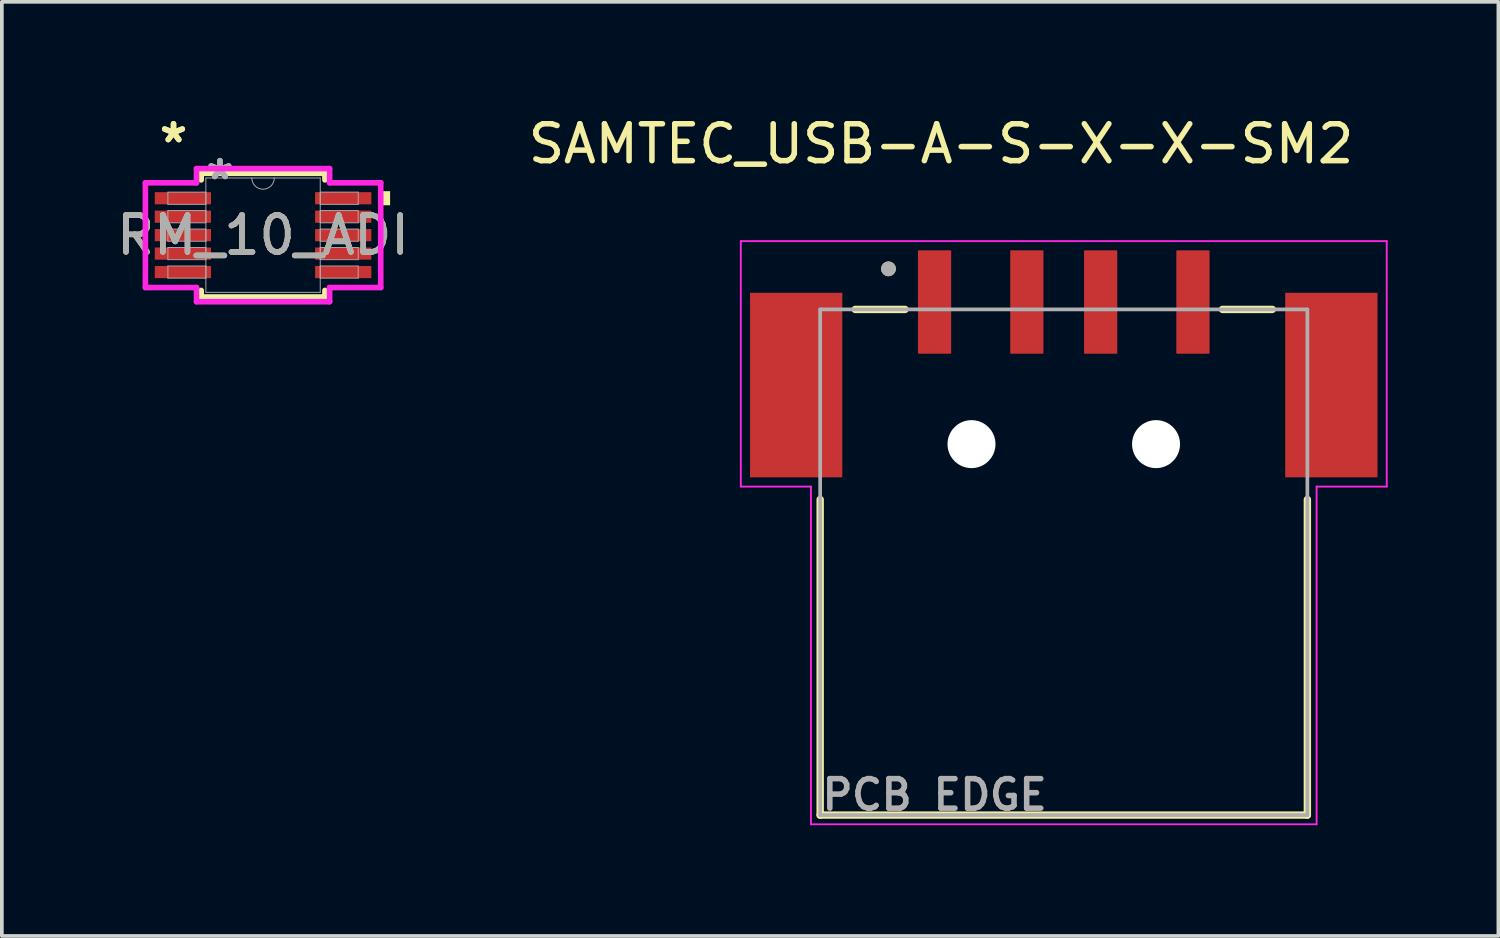
<source format=kicad_pcb>
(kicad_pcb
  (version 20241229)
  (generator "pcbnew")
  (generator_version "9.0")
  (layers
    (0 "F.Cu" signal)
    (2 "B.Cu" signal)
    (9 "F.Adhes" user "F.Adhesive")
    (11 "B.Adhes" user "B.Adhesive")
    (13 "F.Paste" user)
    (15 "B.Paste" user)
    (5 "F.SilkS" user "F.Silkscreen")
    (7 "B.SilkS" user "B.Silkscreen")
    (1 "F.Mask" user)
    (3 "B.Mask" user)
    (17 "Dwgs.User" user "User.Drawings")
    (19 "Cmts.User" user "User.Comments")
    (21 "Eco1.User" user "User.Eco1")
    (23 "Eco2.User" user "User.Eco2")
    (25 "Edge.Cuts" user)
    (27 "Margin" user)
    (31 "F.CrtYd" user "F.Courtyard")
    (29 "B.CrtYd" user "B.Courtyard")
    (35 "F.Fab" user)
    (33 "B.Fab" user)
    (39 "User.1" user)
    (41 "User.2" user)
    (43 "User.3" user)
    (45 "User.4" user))
  (footprint "RM_10_ADI"
    (layer "F.Cu")
    (at 4.077 3.321)
    (property "Reference" "RM_10_ADI" (at 0 0 0) (unlocked yes) (layer "F.SilkS") (effects (font (size 1 1) (thickness 0.15))))
    (attr smd)
    (fp_line (start -1.676 -1.676) (end -1.676 -1.498) (stroke (width 0.152) (type solid)) (layer "F.SilkS"))
    (fp_line (start -1.676 1.498) (end -1.676 1.676) (stroke (width 0.152) (type solid)) (layer "F.SilkS"))
    (fp_line (start -1.676 1.676) (end 1.676 1.676) (stroke (width 0.152) (type solid)) (layer "F.SilkS"))
    (fp_line (start 1.676 -1.676) (end -1.676 -1.676) (stroke (width 0.152) (type solid)) (layer "F.SilkS"))
    (fp_line (start 1.676 -1.498) (end 1.676 -1.676) (stroke (width 0.152) (type solid)) (layer "F.SilkS"))
    (fp_line (start 1.676 1.676) (end 1.676 1.498) (stroke (width 0.152) (type solid)) (layer "F.SilkS"))
    (fp_poly (pts (xy 3.442 -1.191) (xy 3.442 -0.81) (xy 3.188 -0.81) (xy 3.188 -1.191)) (stroke (width 0) (type solid)) (fill yes) (layer "F.SilkS"))
    (fp_line (start -3.188 -1.419) (end -1.803 -1.419) (stroke (width 0.152) (type solid)) (layer "F.CrtYd"))
    (fp_line (start -3.188 1.419) (end -3.188 -1.419) (stroke (width 0.152) (type solid)) (layer "F.CrtYd"))
    (fp_line (start -3.188 1.419) (end -1.803 1.419) (stroke (width 0.152) (type solid)) (layer "F.CrtYd"))
    (fp_line (start -1.803 -1.803) (end 1.803 -1.803) (stroke (width 0.152) (type solid)) (layer "F.CrtYd"))
    (fp_line (start -1.803 -1.419) (end -1.803 -1.803) (stroke (width 0.152) (type solid)) (layer "F.CrtYd"))
    (fp_line (start -1.803 1.803) (end -1.803 1.419) (stroke (width 0.152) (type solid)) (layer "F.CrtYd"))
    (fp_line (start 1.803 -1.803) (end 1.803 -1.419) (stroke (width 0.152) (type solid)) (layer "F.CrtYd"))
    (fp_line (start 1.803 1.419) (end 1.803 1.803) (stroke (width 0.152) (type solid)) (layer "F.CrtYd"))
    (fp_line (start 1.803 1.803) (end -1.803 1.803) (stroke (width 0.152) (type solid)) (layer "F.CrtYd"))
    (fp_line (start 3.188 -1.419) (end 1.803 -1.419) (stroke (width 0.152) (type solid)) (layer "F.CrtYd"))
    (fp_line (start 3.188 -1.419) (end 3.188 1.419) (stroke (width 0.152) (type solid)) (layer "F.CrtYd"))
    (fp_line (start 3.188 1.419) (end 1.803 1.419) (stroke (width 0.152) (type solid)) (layer "F.CrtYd"))
    (fp_line (start -2.578 -1.165) (end -2.578 -0.835) (stroke (width 0.025) (type solid)) (layer "F.Fab"))
    (fp_line (start -2.578 -0.835) (end -1.549 -0.835) (stroke (width 0.025) (type solid)) (layer "F.Fab"))
    (fp_line (start -2.578 -0.665) (end -2.578 -0.335) (stroke (width 0.025) (type solid)) (layer "F.Fab"))
    (fp_line (start -2.578 -0.335) (end -1.549 -0.335) (stroke (width 0.025) (type solid)) (layer "F.Fab"))
    (fp_line (start -2.578 -0.165) (end -2.578 0.165) (stroke (width 0.025) (type solid)) (layer "F.Fab"))
    (fp_line (start -2.578 0.165) (end -1.549 0.165) (stroke (width 0.025) (type solid)) (layer "F.Fab"))
    (fp_line (start -2.578 0.335) (end -2.578 0.665) (stroke (width 0.025) (type solid)) (layer "F.Fab"))
    (fp_line (start -2.578 0.665) (end -1.549 0.665) (stroke (width 0.025) (type solid)) (layer "F.Fab"))
    (fp_line (start -2.578 0.835) (end -2.578 1.165) (stroke (width 0.025) (type solid)) (layer "F.Fab"))
    (fp_line (start -2.578 1.165) (end -1.549 1.165) (stroke (width 0.025) (type solid)) (layer "F.Fab"))
    (fp_line (start -1.549 -1.549) (end -1.549 1.549) (stroke (width 0.025) (type solid)) (layer "F.Fab"))
    (fp_line (start -1.549 -1.165) (end -2.578 -1.165) (stroke (width 0.025) (type solid)) (layer "F.Fab"))
    (fp_line (start -1.549 -0.835) (end -1.549 -1.165) (stroke (width 0.025) (type solid)) (layer "F.Fab"))
    (fp_line (start -1.549 -0.665) (end -2.578 -0.665) (stroke (width 0.025) (type solid)) (layer "F.Fab"))
    (fp_line (start -1.549 -0.335) (end -1.549 -0.665) (stroke (width 0.025) (type solid)) (layer "F.Fab"))
    (fp_line (start -1.549 -0.165) (end -2.578 -0.165) (stroke (width 0.025) (type solid)) (layer "F.Fab"))
    (fp_line (start -1.549 0.165) (end -1.549 -0.165) (stroke (width 0.025) (type solid)) (layer "F.Fab"))
    (fp_line (start -1.549 0.335) (end -2.578 0.335) (stroke (width 0.025) (type solid)) (layer "F.Fab"))
    (fp_line (start -1.549 0.665) (end -1.549 0.335) (stroke (width 0.025) (type solid)) (layer "F.Fab"))
    (fp_line (start -1.549 0.835) (end -2.578 0.835) (stroke (width 0.025) (type solid)) (layer "F.Fab"))
    (fp_line (start -1.549 1.165) (end -1.549 0.835) (stroke (width 0.025) (type solid)) (layer "F.Fab"))
    (fp_line (start -1.549 1.549) (end 1.549 1.549) (stroke (width 0.025) (type solid)) (layer "F.Fab"))
    (fp_line (start 1.549 -1.549) (end -1.549 -1.549) (stroke (width 0.025) (type solid)) (layer "F.Fab"))
    (fp_line (start 1.549 -1.165) (end 1.549 -0.835) (stroke (width 0.025) (type solid)) (layer "F.Fab"))
    (fp_line (start 1.549 -0.835) (end 2.578 -0.835) (stroke (width 0.025) (type solid)) (layer "F.Fab"))
    (fp_line (start 1.549 -0.665) (end 1.549 -0.335) (stroke (width 0.025) (type solid)) (layer "F.Fab"))
    (fp_line (start 1.549 -0.335) (end 2.578 -0.335) (stroke (width 0.025) (type solid)) (layer "F.Fab"))
    (fp_line (start 1.549 -0.165) (end 1.549 0.165) (stroke (width 0.025) (type solid)) (layer "F.Fab"))
    (fp_line (start 1.549 0.165) (end 2.578 0.165) (stroke (width 0.025) (type solid)) (layer "F.Fab"))
    (fp_line (start 1.549 0.335) (end 1.549 0.665) (stroke (width 0.025) (type solid)) (layer "F.Fab"))
    (fp_line (start 1.549 0.665) (end 2.578 0.665) (stroke (width 0.025) (type solid)) (layer "F.Fab"))
    (fp_line (start 1.549 0.835) (end 1.549 1.165) (stroke (width 0.025) (type solid)) (layer "F.Fab"))
    (fp_line (start 1.549 1.165) (end 2.578 1.165) (stroke (width 0.025) (type solid)) (layer "F.Fab"))
    (fp_line (start 1.549 1.549) (end 1.549 -1.549) (stroke (width 0.025) (type solid)) (layer "F.Fab"))
    (fp_line (start 2.578 -1.165) (end 1.549 -1.165) (stroke (width 0.025) (type solid)) (layer "F.Fab"))
    (fp_line (start 2.578 -0.835) (end 2.578 -1.165) (stroke (width 0.025) (type solid)) (layer "F.Fab"))
    (fp_line (start 2.578 -0.665) (end 1.549 -0.665) (stroke (width 0.025) (type solid)) (layer "F.Fab"))
    (fp_line (start 2.578 -0.335) (end 2.578 -0.665) (stroke (width 0.025) (type solid)) (layer "F.Fab"))
    (fp_line (start 2.578 -0.165) (end 1.549 -0.165) (stroke (width 0.025) (type solid)) (layer "F.Fab"))
    (fp_line (start 2.578 0.165) (end 2.578 -0.165) (stroke (width 0.025) (type solid)) (layer "F.Fab"))
    (fp_line (start 2.578 0.335) (end 1.549 0.335) (stroke (width 0.025) (type solid)) (layer "F.Fab"))
    (fp_line (start 2.578 0.665) (end 2.578 0.335) (stroke (width 0.025) (type solid)) (layer "F.Fab"))
    (fp_line (start 2.578 0.835) (end 1.549 0.835) (stroke (width 0.025) (type solid)) (layer "F.Fab"))
    (fp_line (start 2.578 1.165) (end 2.578 0.835) (stroke (width 0.025) (type solid)) (layer "F.Fab"))
    (fp_arc (start 0.3048 -1.5494) (mid 0 -1.2446) (end -0.3048 -1.5494) (stroke (width 0.0254) (type solid)) (layer "F.Fab"))
    (fp_text user "*" (at -2.426 -2.473 0) (unlocked yes) (layer "F.SilkS") (effects (font (size 1 1) (thickness 0.15))))
    (fp_text user "*" (at -2.426 -2.473 0) (layer "F.SilkS") (effects (font (size 1 1) (thickness 0.15))))
    (fp_text user "*" (at -1.168 -1.473 0) (unlocked yes) (layer "F.Fab") (effects (font (size 1 1) (thickness 0.15))))
    (fp_text user "${REFERENCE}" (at 0 0 0) (unlocked yes) (layer "F.Fab") (effects (font (size 1 1) (thickness 0.15))))
    (fp_text user "*" (at -1.168 -1.473 0) (layer "F.Fab") (effects (font (size 1 1) (thickness 0.15))))
    (pad "1" smd rect (at -2.172 -1) (size 1.524 0.33) (layers "F.Cu" "F.Mask" "F.Paste"))
    (pad "2" smd rect (at -2.172 -0.5) (size 1.524 0.33) (layers "F.Cu" "F.Mask" "F.Paste"))
    (pad "3" smd rect (at -2.172 0) (size 1.524 0.33) (layers "F.Cu" "F.Mask" "F.Paste"))
    (pad "4" smd rect (at -2.172 0.5) (size 1.524 0.33) (layers "F.Cu" "F.Mask" "F.Paste"))
    (pad "5" smd rect (at -2.172 1) (size 1.524 0.33) (layers "F.Cu" "F.Mask" "F.Paste"))
    (pad "6" smd rect (at 2.172 1) (size 1.524 0.33) (layers "F.Cu" "F.Mask" "F.Paste"))
    (pad "7" smd rect (at 2.172 0.5) (size 1.524 0.33) (layers "F.Cu" "F.Mask" "F.Paste"))
    (pad "8" smd rect (at 2.172 0) (size 1.524 0.33) (layers "F.Cu" "F.Mask" "F.Paste"))
    (pad "9" smd rect (at 2.172 -0.5) (size 1.524 0.33) (layers "F.Cu" "F.Mask" "F.Paste"))
    (pad "10" smd rect (at 2.172 -1) (size 1.524 0.33) (layers "F.Cu" "F.Mask" "F.Paste")))
  (footprint "SAMTEC_USB-A-S-X-X-SM2"
    (layer "F.Cu")
    (at 25.771 8.983)
    (property "Reference" "SAMTEC_USB-A-S-X-X-SM2" (at -3.325 -8.135 0) (layer "F.SilkS") (effects (font (size 1 1) (thickness 0.15))))
    (attr smd)
    (fp_line (start -6.6 10.05) (end -6.6 1.5) (stroke (width 0.2) (type solid)) (layer "F.SilkS"))
    (fp_line (start -5.65 -3.65) (end -4.3 -3.65) (stroke (width 0.2) (type solid)) (layer "F.SilkS"))
    (fp_line (start 4.3 -3.65) (end 5.65 -3.65) (stroke (width 0.2) (type solid)) (layer "F.SilkS"))
    (fp_line (start 6.6 1.5) (end 6.6 10.05) (stroke (width 0.2) (type solid)) (layer "F.SilkS"))
    (fp_line (start 6.6 10.05) (end -6.6 10.05) (stroke (width 0.2) (type solid)) (layer "F.SilkS"))
    (fp_circle (center -4.75 -4.75) (end -4.65 -4.75) (stroke (width 0.2) (type solid)) (fill no) (layer "F.SilkS"))
    (fp_line (start -8.75 -5.5) (end 8.75 -5.5) (stroke (width 0.05) (type solid)) (layer "F.CrtYd"))
    (fp_line (start -8.75 1.15) (end -8.75 -5.5) (stroke (width 0.05) (type solid)) (layer "F.CrtYd"))
    (fp_line (start -6.85 1.15) (end -8.75 1.15) (stroke (width 0.05) (type solid)) (layer "F.CrtYd"))
    (fp_line (start -6.85 10.3) (end -6.85 1.15) (stroke (width 0.05) (type solid)) (layer "F.CrtYd"))
    (fp_line (start 6.85 1.15) (end 6.85 10.3) (stroke (width 0.05) (type solid)) (layer "F.CrtYd"))
    (fp_line (start 6.85 10.3) (end -6.85 10.3) (stroke (width 0.05) (type solid)) (layer "F.CrtYd"))
    (fp_line (start 8.75 -5.5) (end 8.75 1.15) (stroke (width 0.05) (type solid)) (layer "F.CrtYd"))
    (fp_line (start 8.75 1.15) (end 6.85 1.15) (stroke (width 0.05) (type solid)) (layer "F.CrtYd"))
    (fp_line (start -6.6 -3.65) (end 6.6 -3.65) (stroke (width 0.1) (type solid)) (layer "F.Fab"))
    (fp_line (start -6.6 10.05) (end -6.6 -3.65) (stroke (width 0.1) (type solid)) (layer "F.Fab"))
    (fp_line (start 6.6 -3.65) (end 6.6 10.05) (stroke (width 0.1) (type solid)) (layer "F.Fab"))
    (fp_line (start 6.6 10.05) (end -6.6 10.05) (stroke (width 0.1) (type solid)) (layer "F.Fab"))
    (fp_circle (center -4.75 -4.75) (end -4.65 -4.75) (stroke (width 0.2) (type solid)) (fill no) (layer "F.Fab"))
    (fp_text user "PCB EDGE" (at -3.5 9.5 0) (layer "F.Fab") (effects (font (size 0.8 0.8) (thickness 0.15))))
    (pad "" np_thru_hole circle (at -2.5 0) (size 1.3 1.3) (drill 1.3) (layers "*.Cu" "*.Mask"))
    (pad "" np_thru_hole circle (at 2.5 0) (size 1.3 1.3) (drill 1.3) (layers "*.Cu" "*.Mask"))
    (pad "01" smd roundrect (at -3.5 -3.85) (size 0.9 2.8) (layers "F.Cu" "F.Mask" "F.Paste") (roundrect_rratio 0.02))
    (pad "02" smd roundrect (at -1 -3.85) (size 0.9 2.8) (layers "F.Cu" "F.Mask" "F.Paste") (roundrect_rratio 0.02))
    (pad "03" smd roundrect (at 1 -3.85) (size 0.9 2.8) (layers "F.Cu" "F.Mask" "F.Paste") (roundrect_rratio 0.02))
    (pad "04" smd roundrect (at 3.5 -3.85) (size 0.9 2.8) (layers "F.Cu" "F.Mask" "F.Paste") (roundrect_rratio 0.02))
    (pad "S1" smd rect (at -7.25 -1.6) (size 2.5 5) (layers "F.Cu" "F.Mask" "F.Paste"))
    (pad "S2" smd rect (at 7.25 -1.6) (size 2.5 5) (layers "F.Cu" "F.Mask" "F.Paste")))
  (gr_rect
    (start -3 -3)
    (end 37.546 22.308)
    (stroke (width 0.1) (type default))
    (fill no)
    (layer "Edge.Cuts")))
</source>
